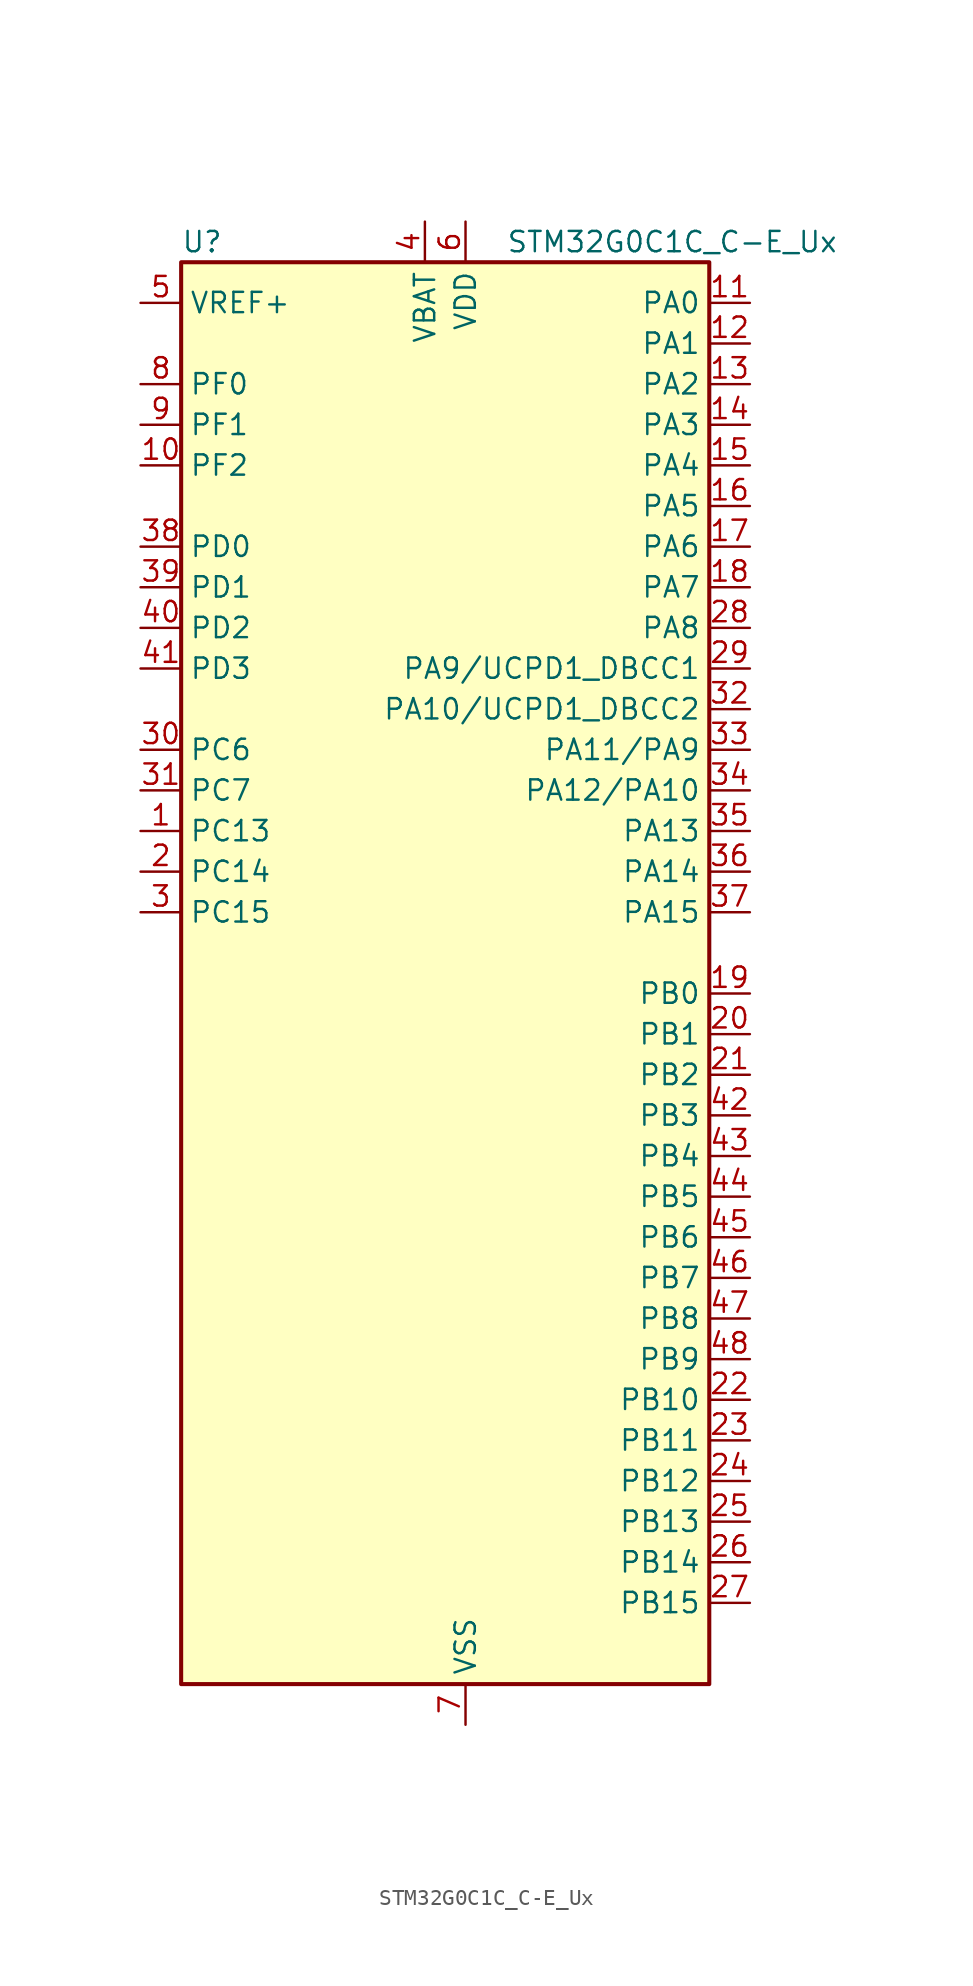
<source format=kicad_sym>
(kicad_symbol_lib
  (version 20231120)
  (generator "kicad_symbol_editor")
  (generator_version "8.0")
  (symbol "STM32G0C1C_C-E_Ux"
    (property "Reference" "U"
      (at -15.24 46.99 0)
      (effects (font (size 1.27 1.27)) (justify left)))
    (property "Value" "STM32G0C1C_C-E_Ux"
      (at 5.08 46.99 0)
      (effects (font (size 1.27 1.27)) (justify left)))
    (property "ki_locked" ""
      (at 0 0 0)
      (effects (font (size 1.27 1.27))))
    (symbol "STM32G0C1C_C-E_Ux_0_1"
      (rectangle (start -15.24 -43.18) (end 17.78 45.72) (stroke (width 0.254) (type default)) (fill (type background))))
    (symbol "STM32G0C1C_C-E_Ux_1_1"
      (pin bidirectional line (at -17.78 10.16 0) (length 2.54) (name "PC13" (effects (font (size 1.27 1.27)))) (number "1" (effects (font (size 1.27 1.27)))) (alternate "RTC_OUT1" bidirectional line) (alternate "RTC_TAMP_IN1" bidirectional line) (alternate "RTC_TS" bidirectional line) (alternate "SYS_WKUP2" bidirectional line) (alternate "TIM1_BK" bidirectional line))
      (pin bidirectional line (at -17.78 33.02 0) (length 2.54) (name "PF2" (effects (font (size 1.27 1.27)))) (number "10" (effects (font (size 1.27 1.27)))) (alternate "LPUART2_DE" bidirectional line) (alternate "LPUART2_RTS" bidirectional line) (alternate "LPUART2_TX" bidirectional line) (alternate "RCC_MCO" bidirectional line))
      (pin bidirectional line (at 20.32 43.18 180) (length 2.54) (name "PA0" (effects (font (size 1.27 1.27)))) (number "11" (effects (font (size 1.27 1.27)))) (alternate "ADC1_IN0" bidirectional line) (alternate "COMP1_INM" bidirectional line) (alternate "COMP1_OUT" bidirectional line) (alternate "I2S2_CK" bidirectional line) (alternate "LPTIM1_OUT" bidirectional line) (alternate "RTC_TAMP_IN2" bidirectional line) (alternate "SPI2_SCK" bidirectional line) (alternate "SYS_WKUP1" bidirectional line) (alternate "TIM2_CH1" bidirectional line) (alternate "TIM2_ETR" bidirectional line) (alternate "UCPD2_FRSTX1" bidirectional line) (alternate "UCPD2_FRSTX2" bidirectional line) (alternate "USART2_CTS" bidirectional line) (alternate "USART2_NSS" bidirectional line) (alternate "USART4_TX" bidirectional line))
      (pin bidirectional line (at 20.32 40.64 180) (length 2.54) (name "PA1" (effects (font (size 1.27 1.27)))) (number "12" (effects (font (size 1.27 1.27)))) (alternate "ADC1_IN1" bidirectional line) (alternate "COMP1_INP" bidirectional line) (alternate "I2C1_SMBA" bidirectional line) (alternate "I2S1_CK" bidirectional line) (alternate "SPI1_SCK" bidirectional line) (alternate "TIM15_CH1N" bidirectional line) (alternate "TIM2_CH2" bidirectional line) (alternate "USART2_CK" bidirectional line) (alternate "USART2_DE" bidirectional line) (alternate "USART2_RTS" bidirectional line) (alternate "USART4_RX" bidirectional line))
      (pin bidirectional line (at 20.32 38.1 180) (length 2.54) (name "PA2" (effects (font (size 1.27 1.27)))) (number "13" (effects (font (size 1.27 1.27)))) (alternate "ADC1_IN2" bidirectional line) (alternate "COMP2_INM" bidirectional line) (alternate "COMP2_OUT" bidirectional line) (alternate "I2S1_SD" bidirectional line) (alternate "LPUART1_TX" bidirectional line) (alternate "RCC_LSCO" bidirectional line) (alternate "SPI1_MOSI" bidirectional line) (alternate "SYS_WKUP4" bidirectional line) (alternate "TIM15_CH1" bidirectional line) (alternate "TIM2_CH3" bidirectional line) (alternate "UCPD1_FRSTX1" bidirectional line) (alternate "UCPD1_FRSTX2" bidirectional line) (alternate "USART2_TX" bidirectional line))
      (pin bidirectional line (at 20.32 35.56 180) (length 2.54) (name "PA3" (effects (font (size 1.27 1.27)))) (number "14" (effects (font (size 1.27 1.27)))) (alternate "ADC1_IN3" bidirectional line) (alternate "COMP2_INP" bidirectional line) (alternate "I2S2_MCK" bidirectional line) (alternate "LPUART1_RX" bidirectional line) (alternate "SPI2_MISO" bidirectional line) (alternate "TIM15_CH2" bidirectional line) (alternate "TIM2_CH4" bidirectional line) (alternate "UCPD2_FRSTX1" bidirectional line) (alternate "UCPD2_FRSTX2" bidirectional line) (alternate "USART2_RX" bidirectional line))
      (pin bidirectional line (at 20.32 33.02 180) (length 2.54) (name "PA4" (effects (font (size 1.27 1.27)))) (number "15" (effects (font (size 1.27 1.27)))) (alternate "ADC1_IN4" bidirectional line) (alternate "DAC1_OUT1" bidirectional line) (alternate "I2S1_WS" bidirectional line) (alternate "I2S2_SD" bidirectional line) (alternate "LPTIM2_OUT" bidirectional line) (alternate "RTC_OUT2" bidirectional line) (alternate "SPI1_NSS" bidirectional line) (alternate "SPI2_MOSI" bidirectional line) (alternate "SPI3_NSS" bidirectional line) (alternate "TIM14_CH1" bidirectional line) (alternate "UCPD2_FRSTX1" bidirectional line) (alternate "UCPD2_FRSTX2" bidirectional line) (alternate "USART6_TX" bidirectional line) (alternate "USB_NOE" bidirectional line))
      (pin bidirectional line (at 20.32 30.48 180) (length 2.54) (name "PA5" (effects (font (size 1.27 1.27)))) (number "16" (effects (font (size 1.27 1.27)))) (alternate "ADC1_IN5" bidirectional line) (alternate "CEC" bidirectional line) (alternate "DAC1_OUT2" bidirectional line) (alternate "I2S1_CK" bidirectional line) (alternate "LPTIM2_ETR" bidirectional line) (alternate "SPI1_SCK" bidirectional line) (alternate "TIM2_CH1" bidirectional line) (alternate "TIM2_ETR" bidirectional line) (alternate "UCPD1_FRSTX1" bidirectional line) (alternate "UCPD1_FRSTX2" bidirectional line) (alternate "USART3_TX" bidirectional line) (alternate "USART6_RX" bidirectional line))
      (pin bidirectional line (at 20.32 27.94 180) (length 2.54) (name "PA6" (effects (font (size 1.27 1.27)))) (number "17" (effects (font (size 1.27 1.27)))) (alternate "ADC1_IN6" bidirectional line) (alternate "COMP1_OUT" bidirectional line) (alternate "I2C2_SDA" bidirectional line) (alternate "I2C3_SDA" bidirectional line) (alternate "I2S1_MCK" bidirectional line) (alternate "LPUART1_CTS" bidirectional line) (alternate "SPI1_MISO" bidirectional line) (alternate "TIM16_CH1" bidirectional line) (alternate "TIM1_BK" bidirectional line) (alternate "TIM3_CH1" bidirectional line) (alternate "USART3_CTS" bidirectional line) (alternate "USART3_NSS" bidirectional line) (alternate "USART6_CTS" bidirectional line) (alternate "USART6_NSS" bidirectional line))
      (pin bidirectional line (at 20.32 25.4 180) (length 2.54) (name "PA7" (effects (font (size 1.27 1.27)))) (number "18" (effects (font (size 1.27 1.27)))) (alternate "ADC1_IN7" bidirectional line) (alternate "COMP2_OUT" bidirectional line) (alternate "I2C2_SCL" bidirectional line) (alternate "I2C3_SCL" bidirectional line) (alternate "I2S1_SD" bidirectional line) (alternate "SPI1_MOSI" bidirectional line) (alternate "TIM14_CH1" bidirectional line) (alternate "TIM17_CH1" bidirectional line) (alternate "TIM1_CH1N" bidirectional line) (alternate "TIM3_CH2" bidirectional line) (alternate "UCPD1_FRSTX1" bidirectional line) (alternate "UCPD1_FRSTX2" bidirectional line) (alternate "USART6_CK" bidirectional line) (alternate "USART6_DE" bidirectional line) (alternate "USART6_RTS" bidirectional line))
      (pin bidirectional line (at 20.32 0 180) (length 2.54) (name "PB0" (effects (font (size 1.27 1.27)))) (number "19" (effects (font (size 1.27 1.27)))) (alternate "ADC1_IN8" bidirectional line) (alternate "COMP1_OUT" bidirectional line) (alternate "COMP3_INP" bidirectional line) (alternate "FDCAN2_RX" bidirectional line) (alternate "I2S1_WS" bidirectional line) (alternate "LPTIM1_OUT" bidirectional line) (alternate "LPUART2_CTS" bidirectional line) (alternate "SPI1_NSS" bidirectional line) (alternate "TIM1_CH2N" bidirectional line) (alternate "TIM3_CH3" bidirectional line) (alternate "UCPD1_FRSTX1" bidirectional line) (alternate "UCPD1_FRSTX2" bidirectional line) (alternate "USART3_RX" bidirectional line) (alternate "USART5_TX" bidirectional line))
      (pin bidirectional line (at -17.78 7.62 0) (length 2.54) (name "PC14" (effects (font (size 1.27 1.27)))) (number "2" (effects (font (size 1.27 1.27)))) (alternate "RCC_OSC32_IN" bidirectional line) (alternate "TIM1_BK2" bidirectional line))
      (pin bidirectional line (at 20.32 -2.54 180) (length 2.54) (name "PB1" (effects (font (size 1.27 1.27)))) (number "20" (effects (font (size 1.27 1.27)))) (alternate "ADC1_IN9" bidirectional line) (alternate "COMP1_INM" bidirectional line) (alternate "COMP3_OUT" bidirectional line) (alternate "FDCAN2_TX" bidirectional line) (alternate "LPTIM2_IN1" bidirectional line) (alternate "LPUART1_DE" bidirectional line) (alternate "LPUART1_RTS" bidirectional line) (alternate "LPUART2_DE" bidirectional line) (alternate "LPUART2_RTS" bidirectional line) (alternate "TIM14_CH1" bidirectional line) (alternate "TIM1_CH3N" bidirectional line) (alternate "TIM3_CH4" bidirectional line) (alternate "USART3_CK" bidirectional line) (alternate "USART3_DE" bidirectional line) (alternate "USART3_RTS" bidirectional line) (alternate "USART5_RX" bidirectional line))
      (pin bidirectional line (at 20.32 -5.08 180) (length 2.54) (name "PB2" (effects (font (size 1.27 1.27)))) (number "21" (effects (font (size 1.27 1.27)))) (alternate "ADC1_IN10" bidirectional line) (alternate "COMP1_INP" bidirectional line) (alternate "COMP3_INM" bidirectional line) (alternate "I2S2_MCK" bidirectional line) (alternate "LPTIM1_OUT" bidirectional line) (alternate "RCC_MCO_2" bidirectional line) (alternate "SPI2_MISO" bidirectional line) (alternate "USART3_TX" bidirectional line))
      (pin bidirectional line (at 20.32 -25.4 180) (length 2.54) (name "PB10" (effects (font (size 1.27 1.27)))) (number "22" (effects (font (size 1.27 1.27)))) (alternate "ADC1_IN11" bidirectional line) (alternate "CEC" bidirectional line) (alternate "COMP1_OUT" bidirectional line) (alternate "I2C2_SCL" bidirectional line) (alternate "I2S2_CK" bidirectional line) (alternate "LPUART1_RX" bidirectional line) (alternate "SPI2_SCK" bidirectional line) (alternate "TIM2_CH3" bidirectional line) (alternate "USART3_TX" bidirectional line))
      (pin bidirectional line (at 20.32 -27.94 180) (length 2.54) (name "PB11" (effects (font (size 1.27 1.27)))) (number "23" (effects (font (size 1.27 1.27)))) (alternate "ADC1_EXTI11" bidirectional line) (alternate "ADC1_IN15" bidirectional line) (alternate "COMP2_OUT" bidirectional line) (alternate "I2C2_SDA" bidirectional line) (alternate "I2S2_SD" bidirectional line) (alternate "LPUART1_TX" bidirectional line) (alternate "SPI2_MOSI" bidirectional line) (alternate "TIM2_CH4" bidirectional line) (alternate "USART3_RX" bidirectional line))
      (pin bidirectional line (at 20.32 -30.48 180) (length 2.54) (name "PB12" (effects (font (size 1.27 1.27)))) (number "24" (effects (font (size 1.27 1.27)))) (alternate "ADC1_IN16" bidirectional line) (alternate "FDCAN2_RX" bidirectional line) (alternate "I2C2_SMBA" bidirectional line) (alternate "I2S2_WS" bidirectional line) (alternate "LPUART1_DE" bidirectional line) (alternate "LPUART1_RTS" bidirectional line) (alternate "SPI2_NSS" bidirectional line) (alternate "TIM15_BK" bidirectional line) (alternate "TIM1_BK" bidirectional line) (alternate "UCPD2_FRSTX1" bidirectional line) (alternate "UCPD2_FRSTX2" bidirectional line))
      (pin bidirectional line (at 20.32 -33.02 180) (length 2.54) (name "PB13" (effects (font (size 1.27 1.27)))) (number "25" (effects (font (size 1.27 1.27)))) (alternate "FDCAN2_TX" bidirectional line) (alternate "I2C2_SCL" bidirectional line) (alternate "I2S2_CK" bidirectional line) (alternate "LPUART1_CTS" bidirectional line) (alternate "SPI2_SCK" bidirectional line) (alternate "TIM15_CH1N" bidirectional line) (alternate "TIM1_CH1N" bidirectional line) (alternate "USART3_CTS" bidirectional line) (alternate "USART3_NSS" bidirectional line))
      (pin bidirectional line (at 20.32 -35.56 180) (length 2.54) (name "PB14" (effects (font (size 1.27 1.27)))) (number "26" (effects (font (size 1.27 1.27)))) (alternate "I2C2_SDA" bidirectional line) (alternate "I2S2_MCK" bidirectional line) (alternate "SPI2_MISO" bidirectional line) (alternate "TIM15_CH1" bidirectional line) (alternate "TIM1_CH2N" bidirectional line) (alternate "UCPD1_FRSTX1" bidirectional line) (alternate "UCPD1_FRSTX2" bidirectional line) (alternate "USART3_CK" bidirectional line) (alternate "USART3_DE" bidirectional line) (alternate "USART3_RTS" bidirectional line) (alternate "USART6_CK" bidirectional line) (alternate "USART6_DE" bidirectional line) (alternate "USART6_RTS" bidirectional line))
      (pin bidirectional line (at 20.32 -38.1 180) (length 2.54) (name "PB15" (effects (font (size 1.27 1.27)))) (number "27" (effects (font (size 1.27 1.27)))) (alternate "I2S2_SD" bidirectional line) (alternate "RTC_REFIN" bidirectional line) (alternate "SPI2_MOSI" bidirectional line) (alternate "TIM15_CH1N" bidirectional line) (alternate "TIM15_CH2" bidirectional line) (alternate "TIM1_CH3N" bidirectional line) (alternate "UCPD1_CC2" bidirectional line) (alternate "USART6_CTS" bidirectional line) (alternate "USART6_NSS" bidirectional line))
      (pin bidirectional line (at 20.32 22.86 180) (length 2.54) (name "PA8" (effects (font (size 1.27 1.27)))) (number "28" (effects (font (size 1.27 1.27)))) (alternate "CRS1_SYNC" bidirectional line) (alternate "I2C2_SMBA" bidirectional line) (alternate "I2S2_WS" bidirectional line) (alternate "LPTIM2_OUT" bidirectional line) (alternate "RCC_MCO" bidirectional line) (alternate "SPI2_NSS" bidirectional line) (alternate "TIM1_CH1" bidirectional line) (alternate "UCPD1_CC1" bidirectional line))
      (pin bidirectional line (at 20.32 20.32 180) (length 2.54) (name "PA9/UCPD1_DBCC1" (effects (font (size 1.27 1.27)))) (number "29" (effects (font (size 1.27 1.27)))) (alternate "DAC1_EXTI9" bidirectional line) (alternate "I2C1_SCL" bidirectional line) (alternate "I2C2_SCL" bidirectional line) (alternate "I2S2_MCK" bidirectional line) (alternate "RCC_MCO" bidirectional line) (alternate "SPI2_MISO" bidirectional line) (alternate "TIM15_BK" bidirectional line) (alternate "TIM1_CH2" bidirectional line) (alternate "UCPD1_DBCC1" bidirectional line) (alternate "USART1_TX" bidirectional line))
      (pin bidirectional line (at -17.78 5.08 0) (length 2.54) (name "PC15" (effects (font (size 1.27 1.27)))) (number "3" (effects (font (size 1.27 1.27)))) (alternate "RCC_OSC32_EN" bidirectional line) (alternate "RCC_OSC32_OUT" bidirectional line) (alternate "RCC_OSC_EN" bidirectional line) (alternate "TIM15_BK" bidirectional line))
      (pin bidirectional line (at -17.78 15.24 0) (length 2.54) (name "PC6" (effects (font (size 1.27 1.27)))) (number "30" (effects (font (size 1.27 1.27)))) (alternate "LPUART2_TX" bidirectional line) (alternate "TIM2_CH3" bidirectional line) (alternate "TIM3_CH1" bidirectional line) (alternate "UCPD1_FRSTX1" bidirectional line) (alternate "UCPD1_FRSTX2" bidirectional line))
      (pin bidirectional line (at -17.78 12.7 0) (length 2.54) (name "PC7" (effects (font (size 1.27 1.27)))) (number "31" (effects (font (size 1.27 1.27)))) (alternate "LPUART2_RX" bidirectional line) (alternate "TIM2_CH4" bidirectional line) (alternate "TIM3_CH2" bidirectional line) (alternate "UCPD2_FRSTX1" bidirectional line) (alternate "UCPD2_FRSTX2" bidirectional line))
      (pin bidirectional line (at 20.32 17.78 180) (length 2.54) (name "PA10/UCPD1_DBCC2" (effects (font (size 1.27 1.27)))) (number "32" (effects (font (size 1.27 1.27)))) (alternate "I2C1_SDA" bidirectional line) (alternate "I2C2_SDA" bidirectional line) (alternate "I2S2_SD" bidirectional line) (alternate "RCC_MCO_2" bidirectional line) (alternate "SPI2_MOSI" bidirectional line) (alternate "TIM17_BK" bidirectional line) (alternate "TIM1_CH3" bidirectional line) (alternate "UCPD1_DBCC2" bidirectional line) (alternate "USART1_RX" bidirectional line))
      (pin bidirectional line (at 20.32 15.24 180) (length 2.54) (name "PA11/PA9" (effects (font (size 1.27 1.27)))) (number "33" (effects (font (size 1.27 1.27)))) (alternate "ADC1_EXTI11" bidirectional line) (alternate "COMP1_OUT" bidirectional line) (alternate "FDCAN1_RX" bidirectional line) (alternate "I2C2_SCL" bidirectional line) (alternate "I2S1_MCK" bidirectional line) (alternate "SPI1_MISO" bidirectional line) (alternate "TIM1_BK2" bidirectional line) (alternate "TIM1_CH4" bidirectional line) (alternate "USART1_CTS" bidirectional line) (alternate "USART1_NSS" bidirectional line) (alternate "USB_DM" bidirectional line))
      (pin bidirectional line (at 20.32 12.7 180) (length 2.54) (name "PA12/PA10" (effects (font (size 1.27 1.27)))) (number "34" (effects (font (size 1.27 1.27)))) (alternate "COMP2_OUT" bidirectional line) (alternate "FDCAN1_TX" bidirectional line) (alternate "I2C2_SDA" bidirectional line) (alternate "I2S1_SD" bidirectional line) (alternate "I2S_CKIN" bidirectional line) (alternate "SPI1_MOSI" bidirectional line) (alternate "TIM1_ETR" bidirectional line) (alternate "USART1_CK" bidirectional line) (alternate "USART1_DE" bidirectional line) (alternate "USART1_RTS" bidirectional line) (alternate "USB_DP" bidirectional line))
      (pin bidirectional line (at 20.32 10.16 180) (length 2.54) (name "PA13" (effects (font (size 1.27 1.27)))) (number "35" (effects (font (size 1.27 1.27)))) (alternate "IR_OUT" bidirectional line) (alternate "LPUART2_RX" bidirectional line) (alternate "SYS_SWDIO" bidirectional line) (alternate "USB_NOE" bidirectional line))
      (pin bidirectional line (at 20.32 7.62 180) (length 2.54) (name "PA14" (effects (font (size 1.27 1.27)))) (number "36" (effects (font (size 1.27 1.27)))) (alternate "LPUART2_TX" bidirectional line) (alternate "SYS_SWCLK" bidirectional line) (alternate "USART2_TX" bidirectional line))
      (pin bidirectional line (at 20.32 5.08 180) (length 2.54) (name "PA15" (effects (font (size 1.27 1.27)))) (number "37" (effects (font (size 1.27 1.27)))) (alternate "I2C2_SMBA" bidirectional line) (alternate "I2S1_WS" bidirectional line) (alternate "RCC_MCO_2" bidirectional line) (alternate "SPI1_NSS" bidirectional line) (alternate "SPI3_NSS" bidirectional line) (alternate "TIM2_CH1" bidirectional line) (alternate "TIM2_ETR" bidirectional line) (alternate "USART2_RX" bidirectional line) (alternate "USART3_CK" bidirectional line) (alternate "USART3_DE" bidirectional line) (alternate "USART3_RTS" bidirectional line) (alternate "USART4_CK" bidirectional line) (alternate "USART4_DE" bidirectional line) (alternate "USART4_RTS" bidirectional line) (alternate "USB_NOE" bidirectional line))
      (pin bidirectional line (at -17.78 27.94 0) (length 2.54) (name "PD0" (effects (font (size 1.27 1.27)))) (number "38" (effects (font (size 1.27 1.27)))) (alternate "FDCAN1_RX" bidirectional line) (alternate "I2S2_WS" bidirectional line) (alternate "SPI2_NSS" bidirectional line) (alternate "TIM16_CH1" bidirectional line) (alternate "UCPD2_CC1" bidirectional line))
      (pin bidirectional line (at -17.78 25.4 0) (length 2.54) (name "PD1" (effects (font (size 1.27 1.27)))) (number "39" (effects (font (size 1.27 1.27)))) (alternate "FDCAN1_TX" bidirectional line) (alternate "I2S2_CK" bidirectional line) (alternate "SPI2_SCK" bidirectional line) (alternate "TIM17_CH1" bidirectional line) (alternate "UCPD2_DBCC1" bidirectional line))
      (pin power_in line (at 0 48.26 270) (length 2.54) (name "VBAT" (effects (font (size 1.27 1.27)))) (number "4" (effects (font (size 1.27 1.27)))))
      (pin bidirectional line (at -17.78 22.86 0) (length 2.54) (name "PD2" (effects (font (size 1.27 1.27)))) (number "40" (effects (font (size 1.27 1.27)))) (alternate "TIM1_CH1N" bidirectional line) (alternate "TIM3_ETR" bidirectional line) (alternate "UCPD2_CC2" bidirectional line) (alternate "USART3_CK" bidirectional line) (alternate "USART3_DE" bidirectional line) (alternate "USART3_RTS" bidirectional line) (alternate "USART5_RX" bidirectional line))
      (pin bidirectional line (at -17.78 20.32 0) (length 2.54) (name "PD3" (effects (font (size 1.27 1.27)))) (number "41" (effects (font (size 1.27 1.27)))) (alternate "I2S2_MCK" bidirectional line) (alternate "SPI2_MISO" bidirectional line) (alternate "TIM1_CH2N" bidirectional line) (alternate "UCPD2_DBCC2" bidirectional line) (alternate "USART2_CTS" bidirectional line) (alternate "USART2_NSS" bidirectional line) (alternate "USART5_TX" bidirectional line))
      (pin bidirectional line (at 20.32 -7.62 180) (length 2.54) (name "PB3" (effects (font (size 1.27 1.27)))) (number "42" (effects (font (size 1.27 1.27)))) (alternate "COMP2_INM" bidirectional line) (alternate "I2C2_SCL" bidirectional line) (alternate "I2C3_SCL" bidirectional line) (alternate "I2S1_CK" bidirectional line) (alternate "SPI1_SCK" bidirectional line) (alternate "SPI3_SCK" bidirectional line) (alternate "TIM1_CH2" bidirectional line) (alternate "TIM2_CH2" bidirectional line) (alternate "USART1_CK" bidirectional line) (alternate "USART1_DE" bidirectional line) (alternate "USART1_RTS" bidirectional line) (alternate "USART5_TX" bidirectional line))
      (pin bidirectional line (at 20.32 -10.16 180) (length 2.54) (name "PB4" (effects (font (size 1.27 1.27)))) (number "43" (effects (font (size 1.27 1.27)))) (alternate "COMP2_INP" bidirectional line) (alternate "I2C2_SDA" bidirectional line) (alternate "I2C3_SDA" bidirectional line) (alternate "I2S1_MCK" bidirectional line) (alternate "SPI1_MISO" bidirectional line) (alternate "SPI3_MISO" bidirectional line) (alternate "TIM17_BK" bidirectional line) (alternate "TIM3_CH1" bidirectional line) (alternate "USART1_CTS" bidirectional line) (alternate "USART1_NSS" bidirectional line) (alternate "USART5_RX" bidirectional line))
      (pin bidirectional line (at 20.32 -12.7 180) (length 2.54) (name "PB5" (effects (font (size 1.27 1.27)))) (number "44" (effects (font (size 1.27 1.27)))) (alternate "COMP2_OUT" bidirectional line) (alternate "FDCAN2_RX" bidirectional line) (alternate "I2C1_SMBA" bidirectional line) (alternate "I2S1_SD" bidirectional line) (alternate "LPTIM1_IN1" bidirectional line) (alternate "SPI1_MOSI" bidirectional line) (alternate "SPI3_MOSI" bidirectional line) (alternate "SYS_WKUP6" bidirectional line) (alternate "TIM16_BK" bidirectional line) (alternate "TIM3_CH2" bidirectional line) (alternate "USART5_CK" bidirectional line) (alternate "USART5_DE" bidirectional line) (alternate "USART5_RTS" bidirectional line))
      (pin bidirectional line (at 20.32 -15.24 180) (length 2.54) (name "PB6" (effects (font (size 1.27 1.27)))) (number "45" (effects (font (size 1.27 1.27)))) (alternate "COMP2_INP" bidirectional line) (alternate "FDCAN2_TX" bidirectional line) (alternate "I2C1_SCL" bidirectional line) (alternate "I2S2_MCK" bidirectional line) (alternate "LPTIM1_ETR" bidirectional line) (alternate "LPUART2_TX" bidirectional line) (alternate "SPI2_MISO" bidirectional line) (alternate "TIM16_CH1N" bidirectional line) (alternate "TIM1_CH3" bidirectional line) (alternate "TIM4_CH1" bidirectional line) (alternate "USART1_TX" bidirectional line) (alternate "USART5_CTS" bidirectional line) (alternate "USART5_NSS" bidirectional line))
      (pin bidirectional line (at 20.32 -17.78 180) (length 2.54) (name "PB7" (effects (font (size 1.27 1.27)))) (number "46" (effects (font (size 1.27 1.27)))) (alternate "COMP2_INM" bidirectional line) (alternate "I2C1_SDA" bidirectional line) (alternate "I2S2_SD" bidirectional line) (alternate "LPTIM1_IN2" bidirectional line) (alternate "LPUART2_RX" bidirectional line) (alternate "SPI2_MOSI" bidirectional line) (alternate "SYS_PVD_IN" bidirectional line) (alternate "TIM17_CH1N" bidirectional line) (alternate "TIM4_CH2" bidirectional line) (alternate "USART1_RX" bidirectional line) (alternate "USART4_CTS" bidirectional line) (alternate "USART4_NSS" bidirectional line))
      (pin bidirectional line (at 20.32 -20.32 180) (length 2.54) (name "PB8" (effects (font (size 1.27 1.27)))) (number "47" (effects (font (size 1.27 1.27)))) (alternate "CEC" bidirectional line) (alternate "FDCAN1_RX" bidirectional line) (alternate "I2C1_SCL" bidirectional line) (alternate "I2S2_CK" bidirectional line) (alternate "SPI2_SCK" bidirectional line) (alternate "TIM15_BK" bidirectional line) (alternate "TIM16_CH1" bidirectional line) (alternate "TIM4_CH3" bidirectional line) (alternate "USART3_TX" bidirectional line) (alternate "USART6_TX" bidirectional line))
      (pin bidirectional line (at 20.32 -22.86 180) (length 2.54) (name "PB9" (effects (font (size 1.27 1.27)))) (number "48" (effects (font (size 1.27 1.27)))) (alternate "DAC1_EXTI9" bidirectional line) (alternate "FDCAN1_TX" bidirectional line) (alternate "I2C1_SDA" bidirectional line) (alternate "I2S2_WS" bidirectional line) (alternate "IR_OUT" bidirectional line) (alternate "SPI2_NSS" bidirectional line) (alternate "TIM17_CH1" bidirectional line) (alternate "TIM4_CH4" bidirectional line) (alternate "UCPD2_FRSTX1" bidirectional line) (alternate "UCPD2_FRSTX2" bidirectional line) (alternate "USART3_RX" bidirectional line) (alternate "USART6_RX" bidirectional line))
      (pin passive line (at 2.54 -45.72 90) (length 2.54) hide (name "VSS" (effects (font (size 1.27 1.27)))) (number "49" (effects (font (size 1.27 1.27)))))
      (pin input line (at -17.78 43.18 0) (length 2.54) (name "VREF+" (effects (font (size 1.27 1.27)))) (number "5" (effects (font (size 1.27 1.27)))) (alternate "VREFBUF_OUT" bidirectional line))
      (pin power_in line (at 2.54 48.26 270) (length 2.54) (name "VDD" (effects (font (size 1.27 1.27)))) (number "6" (effects (font (size 1.27 1.27)))))
      (pin power_in line (at 2.54 -45.72 90) (length 2.54) (name "VSS" (effects (font (size 1.27 1.27)))) (number "7" (effects (font (size 1.27 1.27)))))
      (pin bidirectional line (at -17.78 38.1 0) (length 2.54) (name "PF0" (effects (font (size 1.27 1.27)))) (number "8" (effects (font (size 1.27 1.27)))) (alternate "CRS1_SYNC" bidirectional line) (alternate "RCC_OSC_IN" bidirectional line) (alternate "TIM14_CH1" bidirectional line))
      (pin bidirectional line (at -17.78 35.56 0) (length 2.54) (name "PF1" (effects (font (size 1.27 1.27)))) (number "9" (effects (font (size 1.27 1.27)))) (alternate "RCC_OSC_EN" bidirectional line) (alternate "RCC_OSC_OUT" bidirectional line) (alternate "TIM15_CH1N" bidirectional line)))))
</source>
